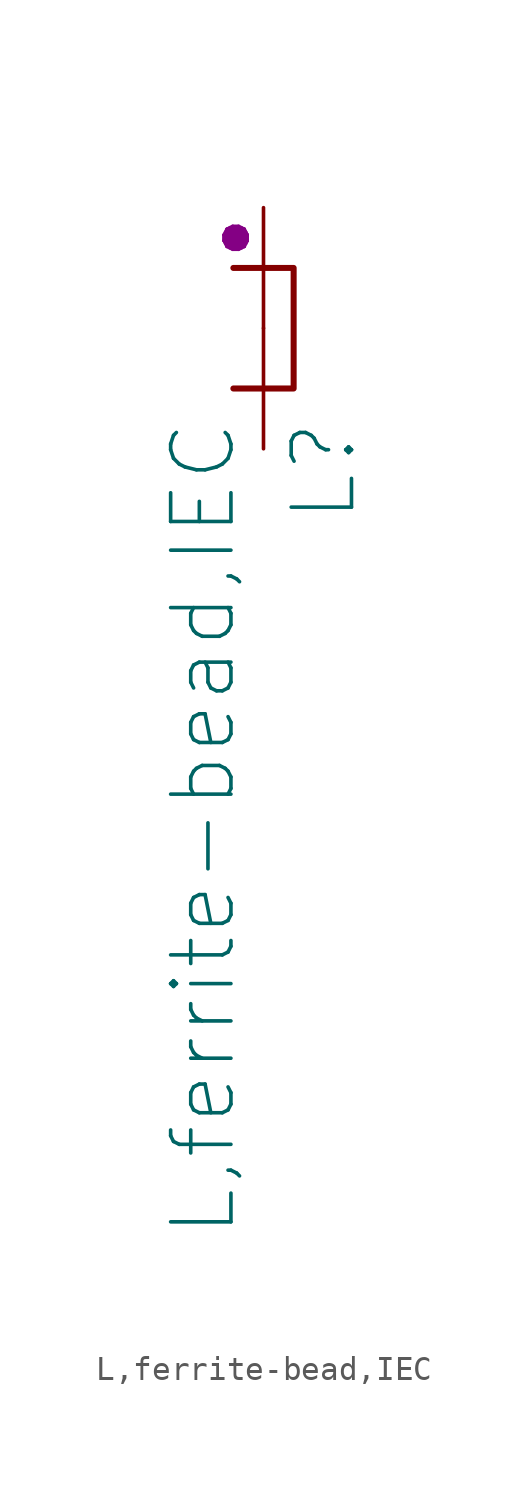
<source format=kicad_sym>
(kicad_symbol_lib
  (version 20211014)
  (generator kicad_symbol_editor)
  (symbol "L,ferrite-bead,IEC"
    (pin_numbers hide)
    (pin_names
      (offset 0) hide)
    (property "Reference" "L"
      (at 2.54 -3.81 90)
      (effects (font (size 2.54 2.54)) (justify right)))
    (property "Value" "L,ferrite-bead,IEC"
      (at -2.54 -3.81 90)
      (effects (font (size 2.54 2.54)) (justify right)))
    (property "Indicator" "●"
      (at -1.27 3.81 90)
      (effects (font (size 1.27 1.27))))
    (symbol "L,ferrite-bead,IEC_1_1"
      (polyline (pts (xy -1.27 2.54) (xy 1.27 2.54) (xy 1.27 -2.54) (xy -1.27 -2.54)) (stroke (width 0.254) (type default) (color 0 0 0 0)) (fill (type none)))
      (pin passive line (at 0 5.08 270) (length 5.08) (name "+" (effects (font (size 1.27 1.27)))) (number "1" (effects (font (size 1.829 1.829)))))
      (pin passive line (at 0 -5.08 90) (length 5.08) (name "-" (effects (font (size 1.27 1.27)))) (number "2" (effects (font (size 1.829 1.829))))))))
</source>
